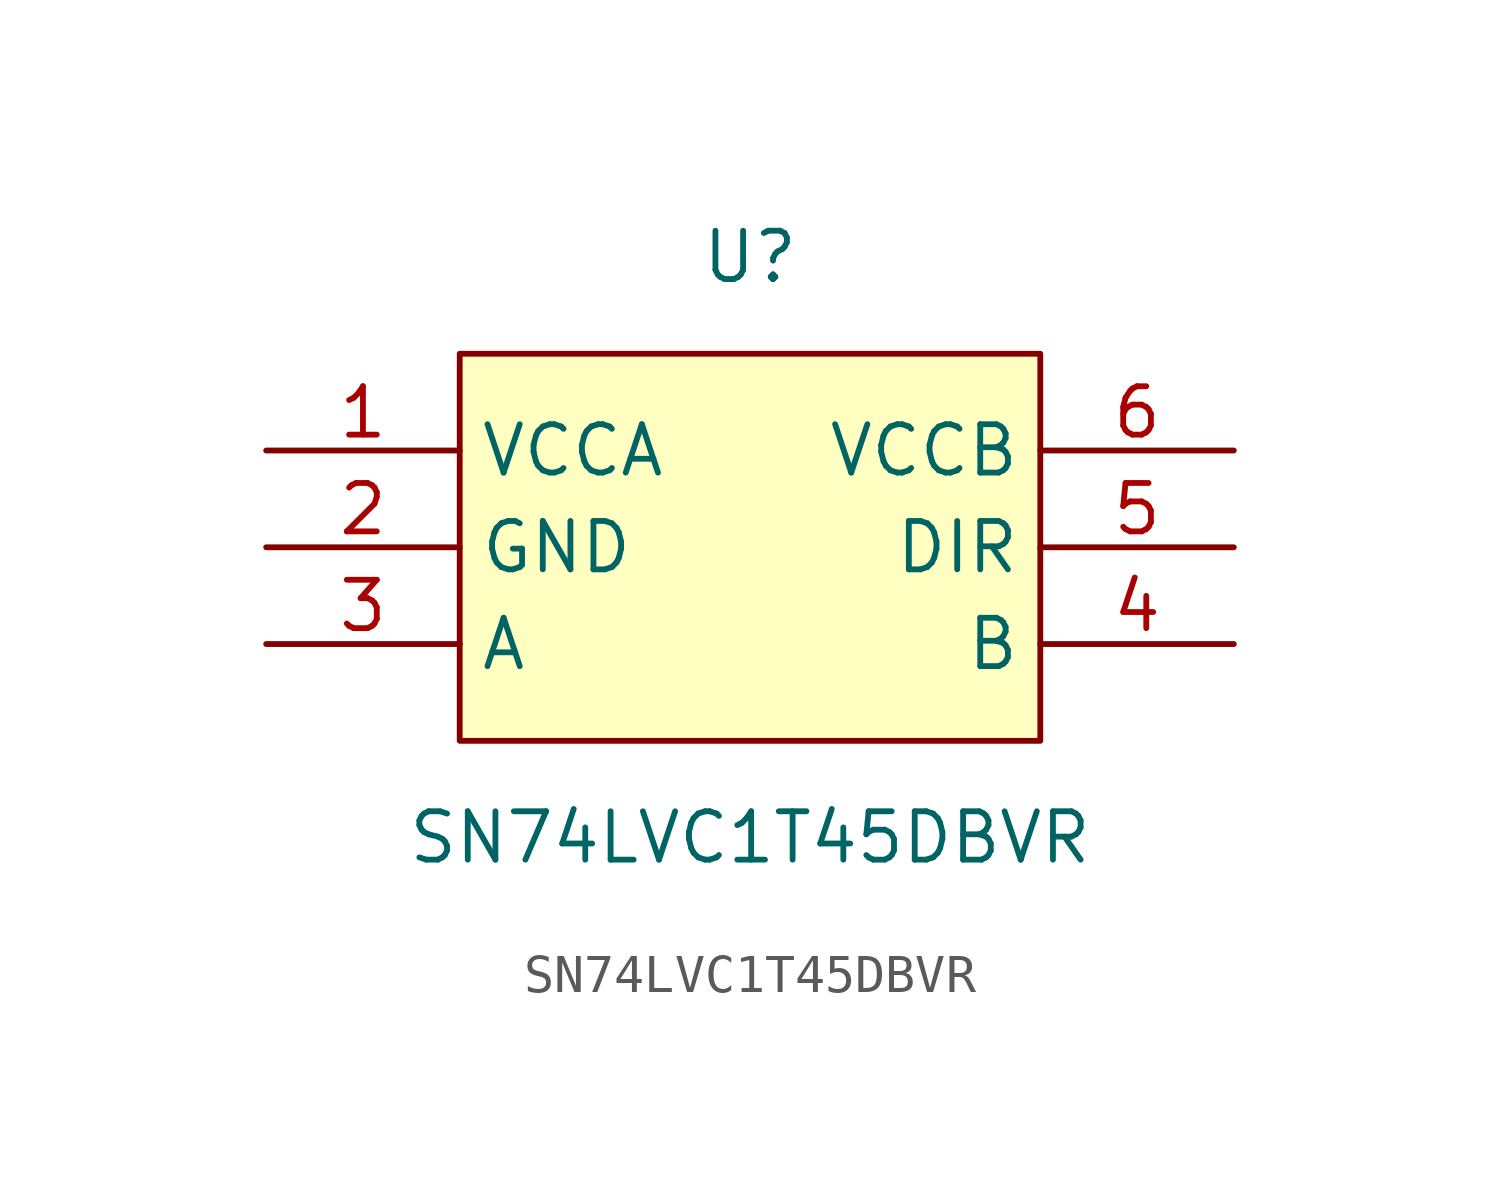
<source format=kicad_sym>
(kicad_symbol_lib
  (version 20211014)
  (generator https://github.com/uPesy/easyeda2kicad.py)
  (symbol "SN74LVC1T45DBVR"
    (property "Reference" "U"
      (at 0 7.62 0)
      (effects (font (size 1.27 1.27))))
    (property "Value" "SN74LVC1T45DBVR"
      (at 0 -7.62 0)
      (effects (font (size 1.27 1.27))))
    (symbol "SN74LVC1T45DBVR_0_1"
      (rectangle (start -7.62 5.08) (end 7.62 -5.08) (stroke (width 0) (type default) (color 0 0 0 0)) (fill (type background)))
      (pin unspecified line (at -12.70 2.54 0) (length 5.08) (name "VCCA" (effects (font (size 1.27 1.27)))) (number "1" (effects (font (size 1.27 1.27)))))
      (pin unspecified line (at -12.70 -0.00 0) (length 5.08) (name "GND" (effects (font (size 1.27 1.27)))) (number "2" (effects (font (size 1.27 1.27)))))
      (pin unspecified line (at -12.70 -2.54 0) (length 5.08) (name "A" (effects (font (size 1.27 1.27)))) (number "3" (effects (font (size 1.27 1.27)))))
      (pin unspecified line (at 12.70 -2.54 180) (length 5.08) (name "B" (effects (font (size 1.27 1.27)))) (number "4" (effects (font (size 1.27 1.27)))))
      (pin unspecified line (at 12.70 -0.00 180) (length 5.08) (name "DIR" (effects (font (size 1.27 1.27)))) (number "5" (effects (font (size 1.27 1.27)))))
      (pin unspecified line (at 12.70 2.54 180) (length 5.08) (name "VCCB" (effects (font (size 1.27 1.27)))) (number "6" (effects (font (size 1.27 1.27))))))))
</source>
